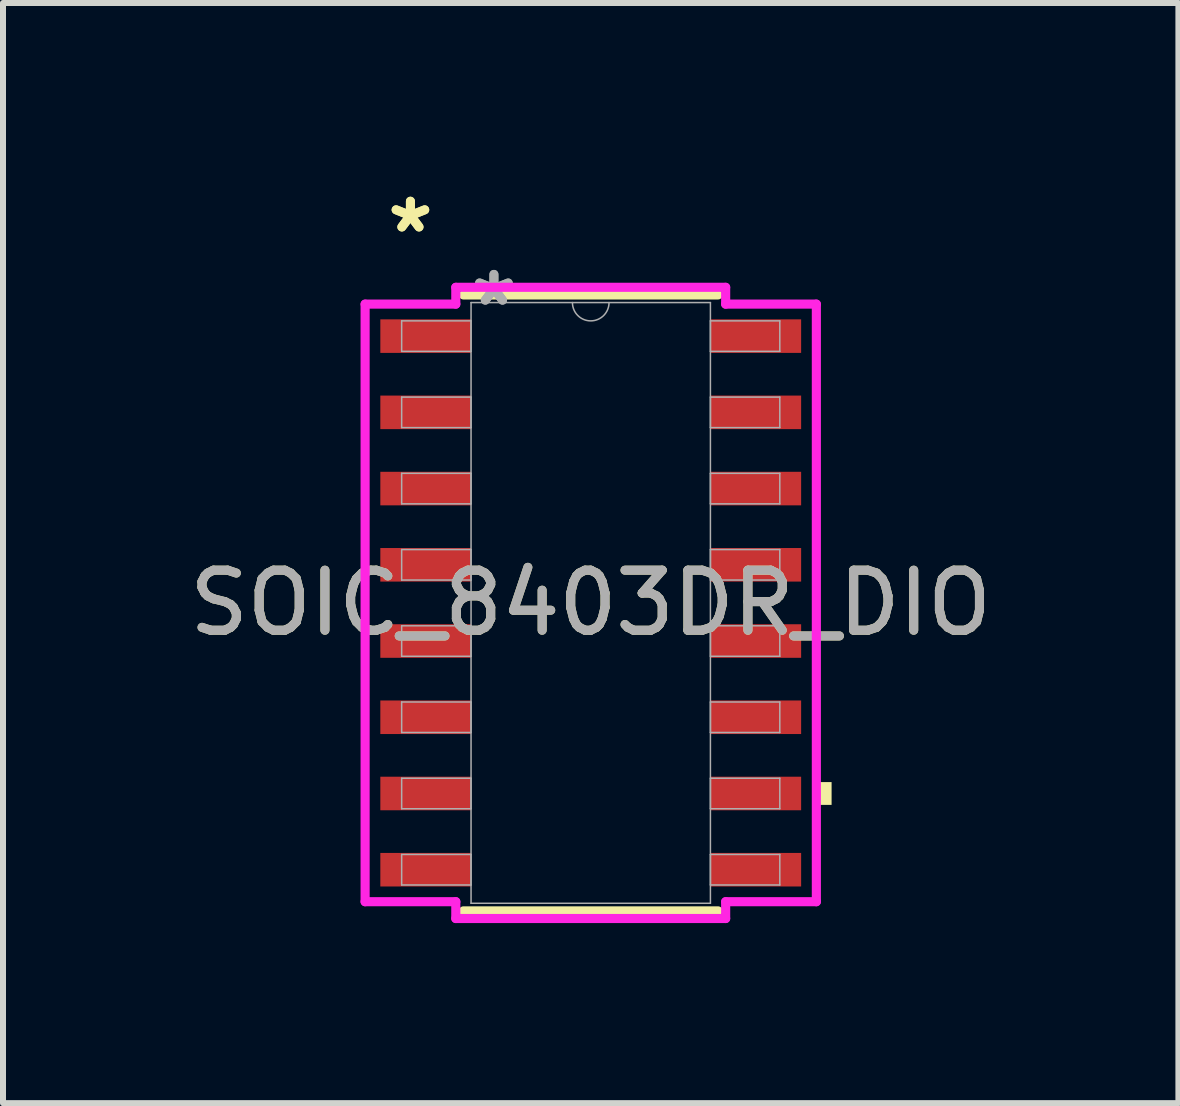
<source format=kicad_pcb>
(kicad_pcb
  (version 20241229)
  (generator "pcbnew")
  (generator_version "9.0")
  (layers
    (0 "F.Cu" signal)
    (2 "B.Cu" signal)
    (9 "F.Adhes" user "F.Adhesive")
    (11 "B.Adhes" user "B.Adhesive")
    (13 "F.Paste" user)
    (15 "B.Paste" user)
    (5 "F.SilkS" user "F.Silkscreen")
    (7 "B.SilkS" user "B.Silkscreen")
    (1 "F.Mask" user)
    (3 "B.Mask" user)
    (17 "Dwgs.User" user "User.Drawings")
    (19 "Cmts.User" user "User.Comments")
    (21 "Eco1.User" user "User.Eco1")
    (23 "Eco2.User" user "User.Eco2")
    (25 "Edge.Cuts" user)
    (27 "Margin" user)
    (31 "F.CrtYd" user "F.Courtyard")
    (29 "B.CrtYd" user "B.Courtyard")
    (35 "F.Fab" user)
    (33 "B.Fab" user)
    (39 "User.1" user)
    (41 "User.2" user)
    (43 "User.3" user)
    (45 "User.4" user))
  (footprint "SOIC_8403DR_DIO"
    (layer "F.Cu")
    (at 6.792 6.995)
    (property "Reference" "SOIC_8403DR_DIO" (at 0 0 0) (unlocked yes) (layer "F.SilkS") (effects (font (size 1 1) (thickness 0.15))))
    (attr smd)
    (fp_line (start -2.121 5.131) (end 2.121 5.131) (stroke (width 0.152) (type solid)) (layer "F.SilkS"))
    (fp_line (start 2.121 -5.131) (end -2.121 -5.131) (stroke (width 0.152) (type solid)) (layer "F.SilkS"))
    (fp_poly (pts (xy 4.013 2.985) (xy 4.013 3.365) (xy 3.759 3.365) (xy 3.759 2.985)) (stroke (width 0) (type solid)) (fill yes) (layer "F.SilkS"))
    (fp_line (start -3.759 -4.978) (end -2.248 -4.978) (stroke (width 0.152) (type solid)) (layer "F.CrtYd"))
    (fp_line (start -3.759 4.978) (end -3.759 -4.978) (stroke (width 0.152) (type solid)) (layer "F.CrtYd"))
    (fp_line (start -3.759 4.978) (end -2.248 4.978) (stroke (width 0.152) (type solid)) (layer "F.CrtYd"))
    (fp_line (start -2.248 -5.258) (end 2.248 -5.258) (stroke (width 0.152) (type solid)) (layer "F.CrtYd"))
    (fp_line (start -2.248 -4.978) (end -2.248 -5.258) (stroke (width 0.152) (type solid)) (layer "F.CrtYd"))
    (fp_line (start -2.248 5.258) (end -2.248 4.978) (stroke (width 0.152) (type solid)) (layer "F.CrtYd"))
    (fp_line (start 2.248 -5.258) (end 2.248 -4.978) (stroke (width 0.152) (type solid)) (layer "F.CrtYd"))
    (fp_line (start 2.248 4.978) (end 2.248 5.258) (stroke (width 0.152) (type solid)) (layer "F.CrtYd"))
    (fp_line (start 2.248 5.258) (end -2.248 5.258) (stroke (width 0.152) (type solid)) (layer "F.CrtYd"))
    (fp_line (start 3.759 -4.978) (end 2.248 -4.978) (stroke (width 0.152) (type solid)) (layer "F.CrtYd"))
    (fp_line (start 3.759 -4.978) (end 3.759 4.978) (stroke (width 0.152) (type solid)) (layer "F.CrtYd"))
    (fp_line (start 3.759 4.978) (end 2.248 4.978) (stroke (width 0.152) (type solid)) (layer "F.CrtYd"))
    (fp_line (start -3.15 -4.699) (end -3.15 -4.191) (stroke (width 0.025) (type solid)) (layer "F.Fab"))
    (fp_line (start -3.15 -4.191) (end -1.994 -4.191) (stroke (width 0.025) (type solid)) (layer "F.Fab"))
    (fp_line (start -3.15 -3.429) (end -3.15 -2.921) (stroke (width 0.025) (type solid)) (layer "F.Fab"))
    (fp_line (start -3.15 -2.921) (end -1.994 -2.921) (stroke (width 0.025) (type solid)) (layer "F.Fab"))
    (fp_line (start -3.15 -2.159) (end -3.15 -1.651) (stroke (width 0.025) (type solid)) (layer "F.Fab"))
    (fp_line (start -3.15 -1.651) (end -1.994 -1.651) (stroke (width 0.025) (type solid)) (layer "F.Fab"))
    (fp_line (start -3.15 -0.889) (end -3.15 -0.381) (stroke (width 0.025) (type solid)) (layer "F.Fab"))
    (fp_line (start -3.15 -0.381) (end -1.994 -0.381) (stroke (width 0.025) (type solid)) (layer "F.Fab"))
    (fp_line (start -3.15 0.381) (end -3.15 0.889) (stroke (width 0.025) (type solid)) (layer "F.Fab"))
    (fp_line (start -3.15 0.889) (end -1.994 0.889) (stroke (width 0.025) (type solid)) (layer "F.Fab"))
    (fp_line (start -3.15 1.651) (end -3.15 2.159) (stroke (width 0.025) (type solid)) (layer "F.Fab"))
    (fp_line (start -3.15 2.159) (end -1.994 2.159) (stroke (width 0.025) (type solid)) (layer "F.Fab"))
    (fp_line (start -3.15 2.921) (end -3.15 3.429) (stroke (width 0.025) (type solid)) (layer "F.Fab"))
    (fp_line (start -3.15 3.429) (end -1.994 3.429) (stroke (width 0.025) (type solid)) (layer "F.Fab"))
    (fp_line (start -3.15 4.191) (end -3.15 4.699) (stroke (width 0.025) (type solid)) (layer "F.Fab"))
    (fp_line (start -3.15 4.699) (end -1.994 4.699) (stroke (width 0.025) (type solid)) (layer "F.Fab"))
    (fp_line (start -1.994 -5.004) (end -1.994 5.004) (stroke (width 0.025) (type solid)) (layer "F.Fab"))
    (fp_line (start -1.994 -4.699) (end -3.15 -4.699) (stroke (width 0.025) (type solid)) (layer "F.Fab"))
    (fp_line (start -1.994 -4.191) (end -1.994 -4.699) (stroke (width 0.025) (type solid)) (layer "F.Fab"))
    (fp_line (start -1.994 -3.429) (end -3.15 -3.429) (stroke (width 0.025) (type solid)) (layer "F.Fab"))
    (fp_line (start -1.994 -2.921) (end -1.994 -3.429) (stroke (width 0.025) (type solid)) (layer "F.Fab"))
    (fp_line (start -1.994 -2.159) (end -3.15 -2.159) (stroke (width 0.025) (type solid)) (layer "F.Fab"))
    (fp_line (start -1.994 -1.651) (end -1.994 -2.159) (stroke (width 0.025) (type solid)) (layer "F.Fab"))
    (fp_line (start -1.994 -0.889) (end -3.15 -0.889) (stroke (width 0.025) (type solid)) (layer "F.Fab"))
    (fp_line (start -1.994 -0.381) (end -1.994 -0.889) (stroke (width 0.025) (type solid)) (layer "F.Fab"))
    (fp_line (start -1.994 0.381) (end -3.15 0.381) (stroke (width 0.025) (type solid)) (layer "F.Fab"))
    (fp_line (start -1.994 0.889) (end -1.994 0.381) (stroke (width 0.025) (type solid)) (layer "F.Fab"))
    (fp_line (start -1.994 1.651) (end -3.15 1.651) (stroke (width 0.025) (type solid)) (layer "F.Fab"))
    (fp_line (start -1.994 2.159) (end -1.994 1.651) (stroke (width 0.025) (type solid)) (layer "F.Fab"))
    (fp_line (start -1.994 2.921) (end -3.15 2.921) (stroke (width 0.025) (type solid)) (layer "F.Fab"))
    (fp_line (start -1.994 3.429) (end -1.994 2.921) (stroke (width 0.025) (type solid)) (layer "F.Fab"))
    (fp_line (start -1.994 4.191) (end -3.15 4.191) (stroke (width 0.025) (type solid)) (layer "F.Fab"))
    (fp_line (start -1.994 4.699) (end -1.994 4.191) (stroke (width 0.025) (type solid)) (layer "F.Fab"))
    (fp_line (start -1.994 5.004) (end 1.994 5.004) (stroke (width 0.025) (type solid)) (layer "F.Fab"))
    (fp_line (start 1.994 -5.004) (end -1.994 -5.004) (stroke (width 0.025) (type solid)) (layer "F.Fab"))
    (fp_line (start 1.994 -4.699) (end 1.994 -4.191) (stroke (width 0.025) (type solid)) (layer "F.Fab"))
    (fp_line (start 1.994 -4.191) (end 3.15 -4.191) (stroke (width 0.025) (type solid)) (layer "F.Fab"))
    (fp_line (start 1.994 -3.429) (end 1.994 -2.921) (stroke (width 0.025) (type solid)) (layer "F.Fab"))
    (fp_line (start 1.994 -2.921) (end 3.15 -2.921) (stroke (width 0.025) (type solid)) (layer "F.Fab"))
    (fp_line (start 1.994 -2.159) (end 1.994 -1.651) (stroke (width 0.025) (type solid)) (layer "F.Fab"))
    (fp_line (start 1.994 -1.651) (end 3.15 -1.651) (stroke (width 0.025) (type solid)) (layer "F.Fab"))
    (fp_line (start 1.994 -0.889) (end 1.994 -0.381) (stroke (width 0.025) (type solid)) (layer "F.Fab"))
    (fp_line (start 1.994 -0.381) (end 3.15 -0.381) (stroke (width 0.025) (type solid)) (layer "F.Fab"))
    (fp_line (start 1.994 0.381) (end 1.994 0.889) (stroke (width 0.025) (type solid)) (layer "F.Fab"))
    (fp_line (start 1.994 0.889) (end 3.15 0.889) (stroke (width 0.025) (type solid)) (layer "F.Fab"))
    (fp_line (start 1.994 1.651) (end 1.994 2.159) (stroke (width 0.025) (type solid)) (layer "F.Fab"))
    (fp_line (start 1.994 2.159) (end 3.15 2.159) (stroke (width 0.025) (type solid)) (layer "F.Fab"))
    (fp_line (start 1.994 2.921) (end 1.994 3.429) (stroke (width 0.025) (type solid)) (layer "F.Fab"))
    (fp_line (start 1.994 3.429) (end 3.15 3.429) (stroke (width 0.025) (type solid)) (layer "F.Fab"))
    (fp_line (start 1.994 4.191) (end 1.994 4.699) (stroke (width 0.025) (type solid)) (layer "F.Fab"))
    (fp_line (start 1.994 4.699) (end 3.15 4.699) (stroke (width 0.025) (type solid)) (layer "F.Fab"))
    (fp_line (start 1.994 5.004) (end 1.994 -5.004) (stroke (width 0.025) (type solid)) (layer "F.Fab"))
    (fp_line (start 3.15 -4.699) (end 1.994 -4.699) (stroke (width 0.025) (type solid)) (layer "F.Fab"))
    (fp_line (start 3.15 -4.191) (end 3.15 -4.699) (stroke (width 0.025) (type solid)) (layer "F.Fab"))
    (fp_line (start 3.15 -3.429) (end 1.994 -3.429) (stroke (width 0.025) (type solid)) (layer "F.Fab"))
    (fp_line (start 3.15 -2.921) (end 3.15 -3.429) (stroke (width 0.025) (type solid)) (layer "F.Fab"))
    (fp_line (start 3.15 -2.159) (end 1.994 -2.159) (stroke (width 0.025) (type solid)) (layer "F.Fab"))
    (fp_line (start 3.15 -1.651) (end 3.15 -2.159) (stroke (width 0.025) (type solid)) (layer "F.Fab"))
    (fp_line (start 3.15 -0.889) (end 1.994 -0.889) (stroke (width 0.025) (type solid)) (layer "F.Fab"))
    (fp_line (start 3.15 -0.381) (end 3.15 -0.889) (stroke (width 0.025) (type solid)) (layer "F.Fab"))
    (fp_line (start 3.15 0.381) (end 1.994 0.381) (stroke (width 0.025) (type solid)) (layer "F.Fab"))
    (fp_line (start 3.15 0.889) (end 3.15 0.381) (stroke (width 0.025) (type solid)) (layer "F.Fab"))
    (fp_line (start 3.15 1.651) (end 1.994 1.651) (stroke (width 0.025) (type solid)) (layer "F.Fab"))
    (fp_line (start 3.15 2.159) (end 3.15 1.651) (stroke (width 0.025) (type solid)) (layer "F.Fab"))
    (fp_line (start 3.15 2.921) (end 1.994 2.921) (stroke (width 0.025) (type solid)) (layer "F.Fab"))
    (fp_line (start 3.15 3.429) (end 3.15 2.921) (stroke (width 0.025) (type solid)) (layer "F.Fab"))
    (fp_line (start 3.15 4.191) (end 1.994 4.191) (stroke (width 0.025) (type solid)) (layer "F.Fab"))
    (fp_line (start 3.15 4.699) (end 3.15 4.191) (stroke (width 0.025) (type solid)) (layer "F.Fab"))
    (fp_arc (start 0.3048 -5.0038) (mid 0 -4.699) (end -0.3048 -5.0038) (stroke (width 0.0254) (type solid)) (layer "F.Fab"))
    (fp_text user "*" (at -3.004 -6.147 0) (unlocked yes) (layer "F.SilkS") (effects (font (size 1 1) (thickness 0.15))))
    (fp_text user "*" (at -3.004 -6.147 0) (layer "F.SilkS") (effects (font (size 1 1) (thickness 0.15))))
    (fp_text user "*" (at -1.613 -4.928 0) (layer "F.Fab") (effects (font (size 1 1) (thickness 0.15))))
    (fp_text user "*" (at -1.613 -4.928 0) (unlocked yes) (layer "F.Fab") (effects (font (size 1 1) (thickness 0.15))))
    (fp_text user "${REFERENCE}" (at 0 0 0) (unlocked yes) (layer "F.Fab") (effects (font (size 1 1) (thickness 0.15))))
    (pad "1" smd rect (at -2.75 -4.445) (size 1.511 0.559) (layers "F.Cu" "F.Mask" "F.Paste"))
    (pad "2" smd rect (at -2.75 -3.175) (size 1.511 0.559) (layers "F.Cu" "F.Mask" "F.Paste"))
    (pad "3" smd rect (at -2.75 -1.905) (size 1.511 0.559) (layers "F.Cu" "F.Mask" "F.Paste"))
    (pad "4" smd rect (at -2.75 -0.635) (size 1.511 0.559) (layers "F.Cu" "F.Mask" "F.Paste"))
    (pad "5" smd rect (at -2.75 0.635) (size 1.511 0.559) (layers "F.Cu" "F.Mask" "F.Paste"))
    (pad "6" smd rect (at -2.75 1.905) (size 1.511 0.559) (layers "F.Cu" "F.Mask" "F.Paste"))
    (pad "7" smd rect (at -2.75 3.175) (size 1.511 0.559) (layers "F.Cu" "F.Mask" "F.Paste"))
    (pad "8" smd rect (at -2.75 4.445) (size 1.511 0.559) (layers "F.Cu" "F.Mask" "F.Paste"))
    (pad "9" smd rect (at 2.75 4.445) (size 1.511 0.559) (layers "F.Cu" "F.Mask" "F.Paste"))
    (pad "10" smd rect (at 2.75 3.175) (size 1.511 0.559) (layers "F.Cu" "F.Mask" "F.Paste"))
    (pad "11" smd rect (at 2.75 1.905) (size 1.511 0.559) (layers "F.Cu" "F.Mask" "F.Paste"))
    (pad "12" smd rect (at 2.75 0.635) (size 1.511 0.559) (layers "F.Cu" "F.Mask" "F.Paste"))
    (pad "13" smd rect (at 2.75 -0.635) (size 1.511 0.559) (layers "F.Cu" "F.Mask" "F.Paste"))
    (pad "14" smd rect (at 2.75 -1.905) (size 1.511 0.559) (layers "F.Cu" "F.Mask" "F.Paste"))
    (pad "15" smd rect (at 2.75 -3.175) (size 1.511 0.559) (layers "F.Cu" "F.Mask" "F.Paste"))
    (pad "16" smd rect (at 2.75 -4.445) (size 1.511 0.559) (layers "F.Cu" "F.Mask" "F.Paste")))
  (gr_rect
    (start -3 -3)
    (end 16.583 15.329)
    (stroke (width 0.1) (type default))
    (fill no)
    (layer "Edge.Cuts")))
</source>
